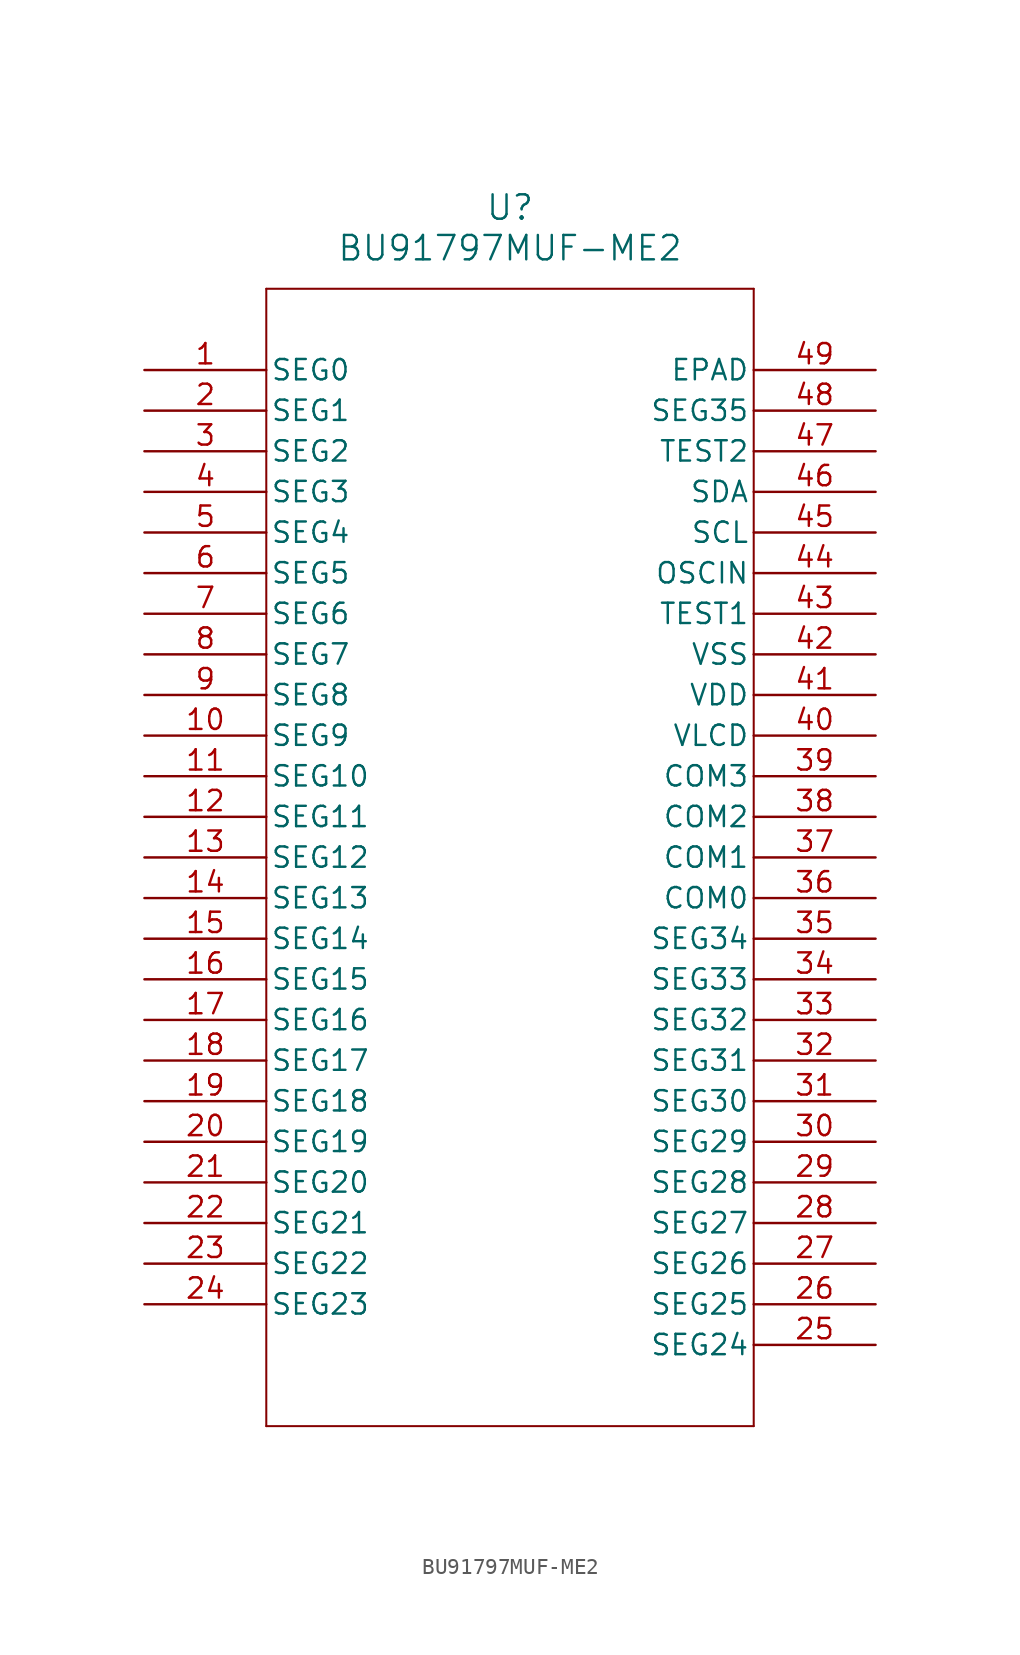
<source format=kicad_sym>
(kicad_symbol_lib
  (version 20211014)
  (generator kicad_symbol_editor)
  (symbol "BU91797MUF-ME2"
    (pin_names
      (offset 0.254))
    (property "Reference" "U"
      (at 22.86 10.16 0)
      (effects (font (size 1.524 1.524))))
    (property "Value" "BU91797MUF-ME2"
      (at 22.86 7.62 0)
      (effects (font (size 1.524 1.524))))
    (symbol "BU91797MUF-ME2_0_1"
      (polyline (pts (xy 7.62 5.08) (xy 7.62 -66.04)) (stroke (width .127) (type default) (color 0 0 0 0)) (fill (type none)))
      (polyline (pts (xy 7.62 -66.04) (xy 38.1 -66.04)) (stroke (width .127) (type default) (color 0 0 0 0)) (fill (type none)))
      (polyline (pts (xy 38.1 -66.04) (xy 38.1 5.08)) (stroke (width .127) (type default) (color 0 0 0 0)) (fill (type none)))
      (polyline (pts (xy 38.1 5.08) (xy 7.62 5.08)) (stroke (width .127) (type default) (color 0 0 0 0)) (fill (type none)))
      (pin bidirectional line (at 0 0 0) (length 7.62) (name "SEG0" (effects (font (size 1.27 1.27)))) (number "1" (effects (font (size 1.27 1.27)))))
      (pin bidirectional line (at 0 -2.54 0) (length 7.62) (name "SEG1" (effects (font (size 1.27 1.27)))) (number "2" (effects (font (size 1.27 1.27)))))
      (pin bidirectional line (at 0 -5.08 0) (length 7.62) (name "SEG2" (effects (font (size 1.27 1.27)))) (number "3" (effects (font (size 1.27 1.27)))))
      (pin bidirectional line (at 0 -7.62 0) (length 7.62) (name "SEG3" (effects (font (size 1.27 1.27)))) (number "4" (effects (font (size 1.27 1.27)))))
      (pin bidirectional line (at 0 -10.16 0) (length 7.62) (name "SEG4" (effects (font (size 1.27 1.27)))) (number "5" (effects (font (size 1.27 1.27)))))
      (pin bidirectional line (at 0 -12.7 0) (length 7.62) (name "SEG5" (effects (font (size 1.27 1.27)))) (number "6" (effects (font (size 1.27 1.27)))))
      (pin bidirectional line (at 0 -15.24 0) (length 7.62) (name "SEG6" (effects (font (size 1.27 1.27)))) (number "7" (effects (font (size 1.27 1.27)))))
      (pin bidirectional line (at 0 -17.78 0) (length 7.62) (name "SEG7" (effects (font (size 1.27 1.27)))) (number "8" (effects (font (size 1.27 1.27)))))
      (pin bidirectional line (at 0 -20.32 0) (length 7.62) (name "SEG8" (effects (font (size 1.27 1.27)))) (number "9" (effects (font (size 1.27 1.27)))))
      (pin bidirectional line (at 0 -22.86 0) (length 7.62) (name "SEG9" (effects (font (size 1.27 1.27)))) (number "10" (effects (font (size 1.27 1.27)))))
      (pin bidirectional line (at 0 -25.4 0) (length 7.62) (name "SEG10" (effects (font (size 1.27 1.27)))) (number "11" (effects (font (size 1.27 1.27)))))
      (pin bidirectional line (at 0 -27.94 0) (length 7.62) (name "SEG11" (effects (font (size 1.27 1.27)))) (number "12" (effects (font (size 1.27 1.27)))))
      (pin bidirectional line (at 0 -30.48 0) (length 7.62) (name "SEG12" (effects (font (size 1.27 1.27)))) (number "13" (effects (font (size 1.27 1.27)))))
      (pin bidirectional line (at 0 -33.02 0) (length 7.62) (name "SEG13" (effects (font (size 1.27 1.27)))) (number "14" (effects (font (size 1.27 1.27)))))
      (pin bidirectional line (at 0 -35.56 0) (length 7.62) (name "SEG14" (effects (font (size 1.27 1.27)))) (number "15" (effects (font (size 1.27 1.27)))))
      (pin bidirectional line (at 0 -38.1 0) (length 7.62) (name "SEG15" (effects (font (size 1.27 1.27)))) (number "16" (effects (font (size 1.27 1.27)))))
      (pin bidirectional line (at 0 -40.64 0) (length 7.62) (name "SEG16" (effects (font (size 1.27 1.27)))) (number "17" (effects (font (size 1.27 1.27)))))
      (pin bidirectional line (at 0 -43.18 0) (length 7.62) (name "SEG17" (effects (font (size 1.27 1.27)))) (number "18" (effects (font (size 1.27 1.27)))))
      (pin bidirectional line (at 0 -45.72 0) (length 7.62) (name "SEG18" (effects (font (size 1.27 1.27)))) (number "19" (effects (font (size 1.27 1.27)))))
      (pin bidirectional line (at 0 -48.26 0) (length 7.62) (name "SEG19" (effects (font (size 1.27 1.27)))) (number "20" (effects (font (size 1.27 1.27)))))
      (pin bidirectional line (at 0 -50.8 0) (length 7.62) (name "SEG20" (effects (font (size 1.27 1.27)))) (number "21" (effects (font (size 1.27 1.27)))))
      (pin bidirectional line (at 0 -53.34 0) (length 7.62) (name "SEG21" (effects (font (size 1.27 1.27)))) (number "22" (effects (font (size 1.27 1.27)))))
      (pin bidirectional line (at 0 -55.88 0) (length 7.62) (name "SEG22" (effects (font (size 1.27 1.27)))) (number "23" (effects (font (size 1.27 1.27)))))
      (pin bidirectional line (at 0 -58.42 0) (length 7.62) (name "SEG23" (effects (font (size 1.27 1.27)))) (number "24" (effects (font (size 1.27 1.27)))))
      (pin bidirectional line (at 45.72 -60.96 180) (length 7.62) (name "SEG24" (effects (font (size 1.27 1.27)))) (number "25" (effects (font (size 1.27 1.27)))))
      (pin bidirectional line (at 45.72 -58.42 180) (length 7.62) (name "SEG25" (effects (font (size 1.27 1.27)))) (number "26" (effects (font (size 1.27 1.27)))))
      (pin bidirectional line (at 45.72 -55.88 180) (length 7.62) (name "SEG26" (effects (font (size 1.27 1.27)))) (number "27" (effects (font (size 1.27 1.27)))))
      (pin bidirectional line (at 45.72 -53.34 180) (length 7.62) (name "SEG27" (effects (font (size 1.27 1.27)))) (number "28" (effects (font (size 1.27 1.27)))))
      (pin bidirectional line (at 45.72 -50.8 180) (length 7.62) (name "SEG28" (effects (font (size 1.27 1.27)))) (number "29" (effects (font (size 1.27 1.27)))))
      (pin bidirectional line (at 45.72 -48.26 180) (length 7.62) (name "SEG29" (effects (font (size 1.27 1.27)))) (number "30" (effects (font (size 1.27 1.27)))))
      (pin bidirectional line (at 45.72 -45.72 180) (length 7.62) (name "SEG30" (effects (font (size 1.27 1.27)))) (number "31" (effects (font (size 1.27 1.27)))))
      (pin bidirectional line (at 45.72 -43.18 180) (length 7.62) (name "SEG31" (effects (font (size 1.27 1.27)))) (number "32" (effects (font (size 1.27 1.27)))))
      (pin bidirectional line (at 45.72 -40.64 180) (length 7.62) (name "SEG32" (effects (font (size 1.27 1.27)))) (number "33" (effects (font (size 1.27 1.27)))))
      (pin bidirectional line (at 45.72 -38.1 180) (length 7.62) (name "SEG33" (effects (font (size 1.27 1.27)))) (number "34" (effects (font (size 1.27 1.27)))))
      (pin bidirectional line (at 45.72 -35.56 180) (length 7.62) (name "SEG34" (effects (font (size 1.27 1.27)))) (number "35" (effects (font (size 1.27 1.27)))))
      (pin bidirectional line (at 45.72 -33.02 180) (length 7.62) (name "COM0" (effects (font (size 1.27 1.27)))) (number "36" (effects (font (size 1.27 1.27)))))
      (pin bidirectional line (at 45.72 -30.48 180) (length 7.62) (name "COM1" (effects (font (size 1.27 1.27)))) (number "37" (effects (font (size 1.27 1.27)))))
      (pin bidirectional line (at 45.72 -27.94 180) (length 7.62) (name "COM2" (effects (font (size 1.27 1.27)))) (number "38" (effects (font (size 1.27 1.27)))))
      (pin bidirectional line (at 45.72 -25.4 180) (length 7.62) (name "COM3" (effects (font (size 1.27 1.27)))) (number "39" (effects (font (size 1.27 1.27)))))
      (pin unspecified line (at 45.72 -22.86 180) (length 7.62) (name "VLCD" (effects (font (size 1.27 1.27)))) (number "40" (effects (font (size 1.27 1.27)))))
      (pin power_in line (at 45.72 -20.32 180) (length 7.62) (name "VDD" (effects (font (size 1.27 1.27)))) (number "41" (effects (font (size 1.27 1.27)))))
      (pin power_out line (at 45.72 -17.78 180) (length 7.62) (name "VSS" (effects (font (size 1.27 1.27)))) (number "42" (effects (font (size 1.27 1.27)))))
      (pin bidirectional line (at 45.72 -15.24 180) (length 7.62) (name "TEST1" (effects (font (size 1.27 1.27)))) (number "43" (effects (font (size 1.27 1.27)))))
      (pin unspecified line (at 45.72 -12.7 180) (length 7.62) (name "OSCIN" (effects (font (size 1.27 1.27)))) (number "44" (effects (font (size 1.27 1.27)))))
      (pin unspecified line (at 45.72 -10.16 180) (length 7.62) (name "SCL" (effects (font (size 1.27 1.27)))) (number "45" (effects (font (size 1.27 1.27)))))
      (pin unspecified line (at 45.72 -7.62 180) (length 7.62) (name "SDA" (effects (font (size 1.27 1.27)))) (number "46" (effects (font (size 1.27 1.27)))))
      (pin bidirectional line (at 45.72 -5.08 180) (length 7.62) (name "TEST2" (effects (font (size 1.27 1.27)))) (number "47" (effects (font (size 1.27 1.27)))))
      (pin bidirectional line (at 45.72 -2.54 180) (length 7.62) (name "SEG35" (effects (font (size 1.27 1.27)))) (number "48" (effects (font (size 1.27 1.27)))))
      (pin unspecified line (at 45.72 0 180) (length 7.62) (name "EPAD" (effects (font (size 1.27 1.27)))) (number "49" (effects (font (size 1.27 1.27))))))))
</source>
